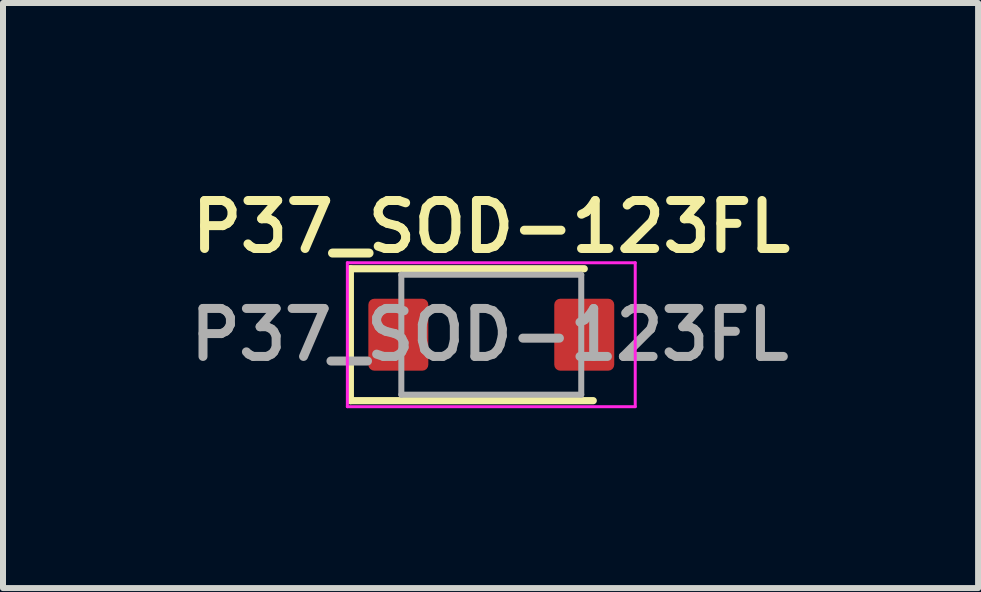
<source format=kicad_pcb>
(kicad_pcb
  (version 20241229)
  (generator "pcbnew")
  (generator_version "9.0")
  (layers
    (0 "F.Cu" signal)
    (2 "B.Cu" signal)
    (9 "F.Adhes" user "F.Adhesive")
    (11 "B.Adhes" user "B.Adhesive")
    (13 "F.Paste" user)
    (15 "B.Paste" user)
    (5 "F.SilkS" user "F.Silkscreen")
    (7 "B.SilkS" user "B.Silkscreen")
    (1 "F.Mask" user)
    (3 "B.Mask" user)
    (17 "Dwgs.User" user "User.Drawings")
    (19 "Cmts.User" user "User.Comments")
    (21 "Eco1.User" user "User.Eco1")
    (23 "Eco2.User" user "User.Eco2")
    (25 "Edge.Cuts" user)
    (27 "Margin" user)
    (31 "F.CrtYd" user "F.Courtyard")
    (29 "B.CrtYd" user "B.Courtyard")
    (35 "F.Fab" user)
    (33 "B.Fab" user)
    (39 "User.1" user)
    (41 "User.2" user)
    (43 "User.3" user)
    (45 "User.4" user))
  (footprint "P37_SOD-123FL"
    (layer "F.Cu")
    (at 3.592 2.531)
    (property "Reference" "P37_SOD-123FL" (at 1.55 -1.8 0) (layer "F.SilkS") (effects (font (size 0.8 0.8) (thickness 0.15))))
    (attr smd)
    (fp_line (start -0.8 -1.1) (end -0.8 1.1) (stroke (width 0.12) (type solid)) (layer "F.SilkS"))
    (fp_line (start -0.8 -1.1) (end 3.1 -1.1) (stroke (width 0.12) (type solid)) (layer "F.SilkS"))
    (fp_line (start -0.8 1.1) (end 3.25 1.1) (stroke (width 0.12) (type solid)) (layer "F.SilkS"))
    (fp_line (start -0.85 -1.2) (end -0.85 1.2) (stroke (width 0.05) (type solid)) (layer "F.CrtYd"))
    (fp_line (start -0.85 -1.2) (end 3.95 -1.2) (stroke (width 0.05) (type solid)) (layer "F.CrtYd"))
    (fp_line (start 3.95 -1.2) (end 3.95 1.2) (stroke (width 0.05) (type solid)) (layer "F.CrtYd"))
    (fp_line (start 3.95 1.2) (end -0.85 1.2) (stroke (width 0.05) (type solid)) (layer "F.CrtYd"))
    (fp_line (start 0.05 -1) (end 3.05 -1) (stroke (width 0.1) (type solid)) (layer "F.Fab"))
    (fp_line (start 0.05 1) (end 0.05 -1) (stroke (width 0.1) (type solid)) (layer "F.Fab"))
    (fp_line (start 3.05 -1) (end 3.05 1) (stroke (width 0.1) (type solid)) (layer "F.Fab"))
    (fp_line (start 3.05 1) (end 0.05 1) (stroke (width 0.1) (type solid)) (layer "F.Fab"))
    (fp_text user "${REFERENCE}" (at 1.524 0 0) (layer "F.Fab") (effects (font (size 0.8 0.8) (thickness 0.15))))
    (pad "1" smd roundrect (at 0 0) (size 1 1.2) (layers "F.Cu" "F.Mask" "F.Paste") (roundrect_rratio 0.1))
    (pad "2" smd roundrect (at 3.1 0) (size 1 1.2) (layers "F.Cu" "F.Mask" "F.Paste") (roundrect_rratio 0.1)))
  (gr_rect
    (start -3 -3)
    (end 13.259 6.756)
    (stroke (width 0.1) (type default))
    (fill no)
    (layer "Edge.Cuts")))
</source>
